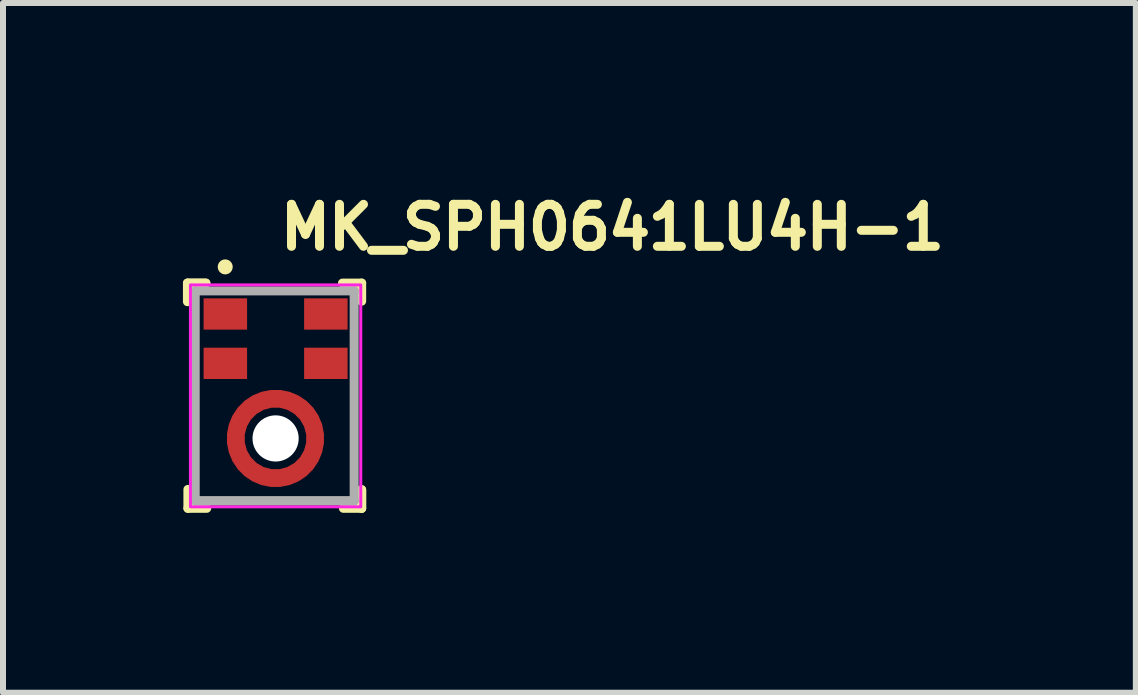
<source format=kicad_pcb>
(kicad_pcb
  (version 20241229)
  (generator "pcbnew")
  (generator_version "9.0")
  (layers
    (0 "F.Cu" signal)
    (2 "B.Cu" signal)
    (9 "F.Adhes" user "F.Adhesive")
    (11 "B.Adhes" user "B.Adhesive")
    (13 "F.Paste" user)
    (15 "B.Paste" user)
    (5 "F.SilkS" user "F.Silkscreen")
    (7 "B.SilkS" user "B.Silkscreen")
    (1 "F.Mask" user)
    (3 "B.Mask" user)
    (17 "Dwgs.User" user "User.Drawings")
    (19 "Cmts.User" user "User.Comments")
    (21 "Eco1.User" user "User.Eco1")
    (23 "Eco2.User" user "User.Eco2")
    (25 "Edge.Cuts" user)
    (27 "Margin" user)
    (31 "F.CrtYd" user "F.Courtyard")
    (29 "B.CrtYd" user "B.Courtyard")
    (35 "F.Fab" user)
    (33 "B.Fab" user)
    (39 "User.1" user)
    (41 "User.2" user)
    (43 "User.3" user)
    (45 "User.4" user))
  (footprint "MK_SPH0641LU4H-1"
    (layer "F.Cu")
    (at 1.545 3.55)
    (property "Reference" "MK_SPH0641LU4H-1" (at 0 -2.4 0) (layer "F.SilkS") (effects (font (size 0.7 0.7) (thickness 0.15)) (justify left bottom)))
    (attr smd)
    (fp_circle (center 0 0.71) (end 0.663 0.71) (stroke (width 0.3) (type default)) (fill no) (layer "F.Mask"))
    (fp_line (start -1.47 -1.57) (end -1.47 -1.88) (stroke (width 0.15) (type solid)) (layer "F.SilkS"))
    (fp_line (start -1.467 -1.88) (end -1.162 -1.88) (stroke (width 0.15) (type solid)) (layer "F.SilkS"))
    (fp_line (start -1.467 -1.88) (end -1.162 -1.88) (stroke (width 0.15) (type solid)) (layer "F.SilkS"))
    (fp_line (start -1.462 1.875) (end -1.462 1.56) (stroke (width 0.15) (type solid)) (layer "F.SilkS"))
    (fp_line (start -1.148 1.875) (end -1.462 1.875) (stroke (width 0.15) (type solid)) (layer "F.SilkS"))
    (fp_line (start 1.115 -1.88) (end 1.435 -1.88) (stroke (width 0.15) (type solid)) (layer "F.SilkS"))
    (fp_line (start 1.435 -1.88) (end 1.435 -1.578) (stroke (width 0.15) (type solid)) (layer "F.SilkS"))
    (fp_line (start 1.435 1.565) (end 1.435 1.875) (stroke (width 0.15) (type solid)) (layer "F.SilkS"))
    (fp_line (start 1.435 1.565) (end 1.435 1.875) (stroke (width 0.15) (type solid)) (layer "F.SilkS"))
    (fp_line (start 1.435 1.875) (end 1.13 1.875) (stroke (width 0.15) (type solid)) (layer "F.SilkS"))
    (fp_circle (center -0.84 -2.15) (end -0.79 -2.15) (stroke (width 0.15) (type solid)) (fill yes) (layer "F.SilkS"))
    (fp_poly (pts (xy 0.38 1.24) (xy 0.28 1.135) (xy 0.23 1.17) (xy 0.12 1.21) (xy 0 1.224) (xy -0.12 1.21) (xy -0.225 1.172) (xy -0.288 1.136) (xy -0.385 1.235) (xy -0.5 1.35) (xy -0.405 1.415) (xy -0.31 1.46) (xy -0.22 1.49) (xy -0.14 1.51) (xy 0 1.52) (xy 0.16 1.506) (xy 0.31 1.46) (xy 0.425 1.4) (xy 0.495 1.355)) (stroke (width 0.001) (type solid)) (fill yes) (layer "F.Paste"))
    (fp_poly (pts (xy 0.38 1.24) (xy 0.28 1.135) (xy 0.23 1.17) (xy 0.12 1.21) (xy 0 1.224) (xy -0.12 1.21) (xy -0.225 1.172) (xy -0.288 1.136) (xy -0.385 1.235) (xy -0.5 1.35) (xy -0.405 1.415) (xy -0.31 1.46) (xy -0.22 1.49) (xy -0.14 1.51) (xy 0 1.52) (xy 0.16 1.506) (xy 0.31 1.46) (xy 0.425 1.4) (xy 0.495 1.355)) (stroke (width 0.001) (type solid)) (fill yes) (layer "F.Paste"))
    (fp_poly (pts (xy -0.375 0.18) (xy -0.28 0.275) (xy -0.23 0.25) (xy -0.175 0.225) (xy -0.12 0.21) (xy -0.06 0.2) (xy 0 0.196) (xy 0.12 0.21) (xy 0.225 0.248) (xy 0.283 0.284) (xy 0.385 0.185) (xy 0.5 0.07) (xy 0.41 0.01) (xy 0.31 -0.04) (xy 0.23 -0.07) (xy 0.14 -0.09) (xy 0 -0.1) (xy -0.16 -0.086) (xy -0.31 -0.04) (xy -0.415 0.01) (xy -0.49 0.065)) (stroke (width 0.001) (type solid)) (fill yes) (layer "F.Paste"))
    (fp_poly (pts (xy 0.53 0.325) (xy 0.425 0.43) (xy 0.46 0.48) (xy 0.5 0.59) (xy 0.514 0.71) (xy 0.5 0.83) (xy 0.462 0.935) (xy 0.421 0.993) (xy 0.52 1.09) (xy 0.64 1.21) (xy 0.705 1.115) (xy 0.75 1.02) (xy 0.78 0.94) (xy 0.8 0.85) (xy 0.81 0.77) (xy 0.81 0.645) (xy 0.796 0.55) (xy 0.78 0.475) (xy 0.75 0.4) (xy 0.705 0.305) (xy 0.64 0.21)) (stroke (width 0.001) (type solid)) (fill yes) (layer "F.Paste"))
    (fp_poly (pts (xy -0.53 1.095) (xy -0.43 0.995) (xy -0.465 0.94) (xy -0.505 0.83) (xy -0.51 0.83) (xy -0.505 0.82) (xy -0.52 0.715) (xy -0.524 0.705) (xy -0.52 0.705) (xy -0.505 0.585) (xy -0.462 0.485) (xy -0.426 0.417) (xy -0.525 0.32) (xy -0.635 0.205) (xy -0.7 0.3) (xy -0.75 0.4) (xy -0.78 0.49) (xy -0.8 0.57) (xy -0.81 0.71) (xy -0.796 0.87) (xy -0.75 1.02) (xy -0.705 1.11) (xy -0.64 1.21)) (stroke (width 0.001) (type solid)) (fill yes) (layer "F.Paste"))
    (fp_rect (start -1.42 -1.85) (end 1.42 1.85) (stroke (width 0.05) (type solid)) (fill no) (layer "F.CrtYd"))
    (fp_line (start -1.34 -1.75) (end 1.31 -1.75) (stroke (width 0.15) (type solid)) (layer "F.Fab"))
    (fp_line (start -1.34 1.75) (end -1.34 -1.75) (stroke (width 0.15) (type solid)) (layer "F.Fab"))
    (fp_line (start 1.31 -1.75) (end 1.31 1.75) (stroke (width 0.15) (type solid)) (layer "F.Fab"))
    (fp_line (start 1.31 1.75) (end -1.34 1.75) (stroke (width 0.15) (type solid)) (layer "F.Fab"))
    (fp_line (start 1.31 1.75) (end -1.34 1.75) (stroke (width 0.15) (type solid)) (layer "F.Fab"))
    (fp_rect (start -1.325 -1.75) (end 1.325 1.75) (stroke (width 0.1) (type solid)) (fill no) (layer "User.5"))
    (fp_line (start -1.325 -1.75) (end -1.325 1.75) (stroke (width 0.02) (type solid)) (layer "User.9"))
    (fp_line (start -1.325 1.75) (end 1.325 1.75) (stroke (width 0.02) (type solid)) (layer "User.9"))
    (fp_line (start -1.23 -1.375) (end -1.23 1.375) (stroke (width 0.02) (type solid)) (layer "User.9"))
    (fp_line (start -1.23 -1.375) (end -1.147 -1.375) (stroke (width 0.02) (type solid)) (layer "User.9"))
    (fp_line (start -1.23 1.375) (end -1.227 1.419) (stroke (width 0.02) (type solid)) (layer "User.9"))
    (fp_line (start -1.227 -1.419) (end -1.23 -1.375) (stroke (width 0.02) (type solid)) (layer "User.9"))
    (fp_line (start -1.227 1.419) (end -1.216 1.462) (stroke (width 0.02) (type solid)) (layer "User.9"))
    (fp_line (start -1.216 -1.462) (end -1.227 -1.419) (stroke (width 0.02) (type solid)) (layer "User.9"))
    (fp_line (start -1.216 -1.462) (end -1.227 -1.419) (stroke (width 0.02) (type solid)) (layer "User.9"))
    (fp_line (start -1.216 1.462) (end -1.199 1.502) (stroke (width 0.02) (type solid)) (layer "User.9"))
    (fp_line (start -1.199 -1.502) (end -1.216 -1.462) (stroke (width 0.02) (type solid)) (layer "User.9"))
    (fp_line (start -1.199 1.502) (end -1.177 1.54) (stroke (width 0.02) (type solid)) (layer "User.9"))
    (fp_line (start -1.177 -1.54) (end -1.199 -1.502) (stroke (width 0.02) (type solid)) (layer "User.9"))
    (fp_line (start -1.177 1.54) (end -1.148 1.573) (stroke (width 0.02) (type solid)) (layer "User.9"))
    (fp_line (start -1.15 -1.375) (end -1.15 1.375) (stroke (width 0.02) (type solid)) (layer "User.9"))
    (fp_line (start -1.15 1.375) (end -1.147 1.375) (stroke (width 0.02) (type solid)) (layer "User.9"))
    (fp_line (start -1.15 1.375) (end -1.146 1.414) (stroke (width 0.02) (type solid)) (layer "User.9"))
    (fp_line (start -1.15 1.375) (end -1.125 1.375) (stroke (width 0.02) (type solid)) (layer "User.9"))
    (fp_line (start -1.148 -1.573) (end -1.177 -1.54) (stroke (width 0.02) (type solid)) (layer "User.9"))
    (fp_line (start -1.148 1.573) (end -1.115 1.602) (stroke (width 0.02) (type solid)) (layer "User.9"))
    (fp_line (start -1.147 -1.375) (end -1.144 -1.375) (stroke (width 0.02) (type solid)) (layer "User.9"))
    (fp_line (start -1.147 1.375) (end -1.144 1.375) (stroke (width 0.02) (type solid)) (layer "User.9"))
    (fp_line (start -1.146 -1.414) (end -1.15 -1.375) (stroke (width 0.02) (type solid)) (layer "User.9"))
    (fp_line (start -1.146 1.414) (end -1.135 1.452) (stroke (width 0.02) (type solid)) (layer "User.9"))
    (fp_line (start -1.144 -1.375) (end -1.142 -1.375) (stroke (width 0.02) (type solid)) (layer "User.9"))
    (fp_line (start -1.144 1.375) (end -1.142 1.375) (stroke (width 0.02) (type solid)) (layer "User.9"))
    (fp_line (start -1.142 -1.375) (end -1.139 -1.375) (stroke (width 0.02) (type solid)) (layer "User.9"))
    (fp_line (start -1.142 1.375) (end -1.139 1.375) (stroke (width 0.02) (type solid)) (layer "User.9"))
    (fp_line (start -1.139 -1.375) (end -1.137 -1.375) (stroke (width 0.02) (type solid)) (layer "User.9"))
    (fp_line (start -1.139 1.375) (end -1.137 1.375) (stroke (width 0.02) (type solid)) (layer "User.9"))
    (fp_line (start -1.137 -1.375) (end -1.134 -1.375) (stroke (width 0.02) (type solid)) (layer "User.9"))
    (fp_line (start -1.137 1.375) (end -1.134 1.375) (stroke (width 0.02) (type solid)) (layer "User.9"))
    (fp_line (start -1.135 -1.452) (end -1.146 -1.414) (stroke (width 0.02) (type solid)) (layer "User.9"))
    (fp_line (start -1.135 1.452) (end -1.116 1.486) (stroke (width 0.02) (type solid)) (layer "User.9"))
    (fp_line (start -1.134 -1.375) (end -1.132 -1.375) (stroke (width 0.02) (type solid)) (layer "User.9"))
    (fp_line (start -1.134 1.375) (end -1.132 1.375) (stroke (width 0.02) (type solid)) (layer "User.9"))
    (fp_line (start -1.132 -1.375) (end -1.13 -1.375) (stroke (width 0.02) (type solid)) (layer "User.9"))
    (fp_line (start -1.132 1.375) (end -1.13 1.375) (stroke (width 0.02) (type solid)) (layer "User.9"))
    (fp_line (start -1.13 -1.375) (end -1.129 -1.375) (stroke (width 0.02) (type solid)) (layer "User.9"))
    (fp_line (start -1.13 1.375) (end -1.129 1.375) (stroke (width 0.02) (type solid)) (layer "User.9"))
    (fp_line (start -1.129 -1.375) (end -1.127 -1.375) (stroke (width 0.02) (type solid)) (layer "User.9"))
    (fp_line (start -1.129 1.375) (end -1.127 1.375) (stroke (width 0.02) (type solid)) (layer "User.9"))
    (fp_line (start -1.127 -1.375) (end -1.126 -1.375) (stroke (width 0.02) (type solid)) (layer "User.9"))
    (fp_line (start -1.127 1.375) (end -1.126 1.375) (stroke (width 0.02) (type solid)) (layer "User.9"))
    (fp_line (start -1.126 -1.375) (end -1.126 -1.375) (stroke (width 0.02) (type solid)) (layer "User.9"))
    (fp_line (start -1.126 -1.375) (end -1.125 -1.375) (stroke (width 0.02) (type solid)) (layer "User.9"))
    (fp_line (start -1.126 1.375) (end -1.126 1.375) (stroke (width 0.02) (type solid)) (layer "User.9"))
    (fp_line (start -1.126 1.375) (end -1.125 1.375) (stroke (width 0.02) (type solid)) (layer "User.9"))
    (fp_line (start -1.125 -1.375) (end -1.124 -1.375) (stroke (width 0.02) (type solid)) (layer "User.9"))
    (fp_line (start -1.125 -1.375) (end -1.122 -1.409) (stroke (width 0.02) (type solid)) (layer "User.9"))
    (fp_line (start -1.125 -1.375) (end -1.122 -1.409) (stroke (width 0.02) (type solid)) (layer "User.9"))
    (fp_line (start -1.125 -1.375) (end -0.95 -1.375) (stroke (width 0.02) (type solid)) (layer "User.9"))
    (fp_line (start -1.125 1.375) (end -1.125 -1.375) (stroke (width 0.02) (type solid)) (layer "User.9"))
    (fp_line (start -1.125 1.375) (end -1.125 1.375) (stroke (width 0.02) (type solid)) (layer "User.9"))
    (fp_line (start -1.125 1.375) (end -1.124 1.375) (stroke (width 0.02) (type solid)) (layer "User.9"))
    (fp_line (start -1.125 1.375) (end -1.124 1.375) (stroke (width 0.02) (type solid)) (layer "User.9"))
    (fp_line (start -1.124 -1.375) (end -1.121 -1.375) (stroke (width 0.02) (type solid)) (layer "User.9"))
    (fp_line (start -1.124 -1.375) (end -1.121 -1.375) (stroke (width 0.02) (type solid)) (layer "User.9"))
    (fp_line (start -1.124 1.375) (end -1.121 1.375) (stroke (width 0.02) (type solid)) (layer "User.9"))
    (fp_line (start -1.122 -1.409) (end -1.112 -1.442) (stroke (width 0.02) (type solid)) (layer "User.9"))
    (fp_line (start -1.122 -1.409) (end -1.112 -1.442) (stroke (width 0.02) (type solid)) (layer "User.9"))
    (fp_line (start -1.122 -1.409) (end -1.112 -1.442) (stroke (width 0.02) (type solid)) (layer "User.9"))
    (fp_line (start -1.122 1.409) (end -1.125 1.375) (stroke (width 0.02) (type solid)) (layer "User.9"))
    (fp_line (start -1.122 1.409) (end -1.125 1.375) (stroke (width 0.02) (type solid)) (layer "User.9"))
    (fp_line (start -1.122 1.409) (end -1.125 1.375) (stroke (width 0.02) (type solid)) (layer "User.9"))
    (fp_line (start -1.121 -1.375) (end -1.117 -1.375) (stroke (width 0.02) (type solid)) (layer "User.9"))
    (fp_line (start -1.121 1.375) (end -1.117 1.375) (stroke (width 0.02) (type solid)) (layer "User.9"))
    (fp_line (start -1.117 -1.375) (end -0.975 -1.375) (stroke (width 0.02) (type solid)) (layer "User.9"))
    (fp_line (start -1.117 1.375) (end -1.11 1.375) (stroke (width 0.02) (type solid)) (layer "User.9"))
    (fp_line (start -1.116 -1.486) (end -1.135 -1.452) (stroke (width 0.02) (type solid)) (layer "User.9"))
    (fp_line (start -1.116 1.486) (end -1.091 1.516) (stroke (width 0.02) (type solid)) (layer "User.9"))
    (fp_line (start -1.115 -1.602) (end -1.148 -1.573) (stroke (width 0.02) (type solid)) (layer "User.9"))
    (fp_line (start -1.115 1.602) (end -1.077 1.624) (stroke (width 0.02) (type solid)) (layer "User.9"))
    (fp_line (start -1.112 -1.442) (end -1.096 -1.472) (stroke (width 0.02) (type solid)) (layer "User.9"))
    (fp_line (start -1.112 -1.442) (end -1.096 -1.472) (stroke (width 0.02) (type solid)) (layer "User.9"))
    (fp_line (start -1.112 1.442) (end -1.122 1.409) (stroke (width 0.02) (type solid)) (layer "User.9"))
    (fp_line (start -1.112 1.442) (end -1.122 1.409) (stroke (width 0.02) (type solid)) (layer "User.9"))
    (fp_line (start -1.11 -1.375) (end -1.117 -1.375) (stroke (width 0.02) (type solid)) (layer "User.9"))
    (fp_line (start -1.11 -1.375) (end -1.102 -1.375) (stroke (width 0.02) (type solid)) (layer "User.9"))
    (fp_line (start -1.11 1.375) (end -1.102 1.375) (stroke (width 0.02) (type solid)) (layer "User.9"))
    (fp_line (start -1.102 -1.375) (end -1.092 -1.375) (stroke (width 0.02) (type solid)) (layer "User.9"))
    (fp_line (start -1.102 1.375) (end -1.092 1.375) (stroke (width 0.02) (type solid)) (layer "User.9"))
    (fp_line (start -1.096 -1.472) (end -1.074 -1.499) (stroke (width 0.02) (type solid)) (layer "User.9"))
    (fp_line (start -1.096 -1.472) (end -1.074 -1.499) (stroke (width 0.02) (type solid)) (layer "User.9"))
    (fp_line (start -1.096 1.472) (end -1.112 1.442) (stroke (width 0.02) (type solid)) (layer "User.9"))
    (fp_line (start -1.096 1.472) (end -1.112 1.442) (stroke (width 0.02) (type solid)) (layer "User.9"))
    (fp_line (start -1.092 -1.375) (end -1.081 -1.375) (stroke (width 0.02) (type solid)) (layer "User.9"))
    (fp_line (start -1.092 -1.375) (end -1.081 -1.375) (stroke (width 0.02) (type solid)) (layer "User.9"))
    (fp_line (start -1.092 1.375) (end -1.081 1.375) (stroke (width 0.02) (type solid)) (layer "User.9"))
    (fp_line (start -1.091 -1.516) (end -1.116 -1.486) (stroke (width 0.02) (type solid)) (layer "User.9"))
    (fp_line (start -1.091 1.516) (end -1.061 1.541) (stroke (width 0.02) (type solid)) (layer "User.9"))
    (fp_line (start -1.081 -1.375) (end -1.069 -1.375) (stroke (width 0.02) (type solid)) (layer "User.9"))
    (fp_line (start -1.081 1.375) (end -1.069 1.375) (stroke (width 0.02) (type solid)) (layer "User.9"))
    (fp_line (start -1.077 -1.624) (end -1.115 -1.602) (stroke (width 0.02) (type solid)) (layer "User.9"))
    (fp_line (start -1.077 1.624) (end -1.037 1.641) (stroke (width 0.02) (type solid)) (layer "User.9"))
    (fp_line (start -1.077 1.624) (end -1.037 1.641) (stroke (width 0.02) (type solid)) (layer "User.9"))
    (fp_line (start -1.074 -1.499) (end -1.047 -1.521) (stroke (width 0.02) (type solid)) (layer "User.9"))
    (fp_line (start -1.074 -1.499) (end -1.047 -1.521) (stroke (width 0.02) (type solid)) (layer "User.9"))
    (fp_line (start -1.074 1.499) (end -1.096 1.472) (stroke (width 0.02) (type solid)) (layer "User.9"))
    (fp_line (start -1.074 1.499) (end -1.096 1.472) (stroke (width 0.02) (type solid)) (layer "User.9"))
    (fp_line (start -1.069 -1.375) (end -1.055 -1.375) (stroke (width 0.02) (type solid)) (layer "User.9"))
    (fp_line (start -1.069 -1.375) (end -1.055 -1.375) (stroke (width 0.02) (type solid)) (layer "User.9"))
    (fp_line (start -1.069 1.375) (end -1.055 1.375) (stroke (width 0.02) (type solid)) (layer "User.9"))
    (fp_line (start -1.061 -1.541) (end -1.091 -1.516) (stroke (width 0.02) (type solid)) (layer "User.9"))
    (fp_line (start -1.061 1.541) (end -1.027 1.56) (stroke (width 0.02) (type solid)) (layer "User.9"))
    (fp_line (start -1.055 -1.375) (end -1.04 -1.375) (stroke (width 0.02) (type solid)) (layer "User.9"))
    (fp_line (start -1.055 1.375) (end -1.04 1.375) (stroke (width 0.02) (type solid)) (layer "User.9"))
    (fp_line (start -1.047 -1.521) (end -1.017 -1.537) (stroke (width 0.02) (type solid)) (layer "User.9"))
    (fp_line (start -1.047 -1.521) (end -1.017 -1.537) (stroke (width 0.02) (type solid)) (layer "User.9"))
    (fp_line (start -1.047 1.521) (end -1.074 1.499) (stroke (width 0.02) (type solid)) (layer "User.9"))
    (fp_line (start -1.047 1.521) (end -1.074 1.499) (stroke (width 0.02) (type solid)) (layer "User.9"))
    (fp_line (start -1.047 1.521) (end -1.074 1.499) (stroke (width 0.02) (type solid)) (layer "User.9"))
    (fp_line (start -1.04 -1.375) (end -1.025 -1.375) (stroke (width 0.02) (type solid)) (layer "User.9"))
    (fp_line (start -1.04 1.375) (end -1.025 1.375) (stroke (width 0.02) (type solid)) (layer "User.9"))
    (fp_line (start -1.037 -1.641) (end -1.077 -1.624) (stroke (width 0.02) (type solid)) (layer "User.9"))
    (fp_line (start -1.037 1.641) (end -0.994 1.652) (stroke (width 0.02) (type solid)) (layer "User.9"))
    (fp_line (start -1.037 1.641) (end -0.994 1.652) (stroke (width 0.02) (type solid)) (layer "User.9"))
    (fp_line (start -1.027 -1.56) (end -1.061 -1.541) (stroke (width 0.02) (type solid)) (layer "User.9"))
    (fp_line (start -1.027 -1.56) (end -1.061 -1.541) (stroke (width 0.02) (type solid)) (layer "User.9"))
    (fp_line (start -1.027 1.56) (end -0.989 1.571) (stroke (width 0.02) (type solid)) (layer "User.9"))
    (fp_line (start -1.025 -1.375) (end -1.008 -1.375) (stroke (width 0.02) (type solid)) (layer "User.9"))
    (fp_line (start -1.025 1.375) (end -1.008 1.375) (stroke (width 0.02) (type solid)) (layer "User.9"))
    (fp_line (start -1.017 -1.537) (end -0.984 -1.547) (stroke (width 0.02) (type solid)) (layer "User.9"))
    (fp_line (start -1.017 -1.537) (end -0.984 -1.547) (stroke (width 0.02) (type solid)) (layer "User.9"))
    (fp_line (start -1.017 1.537) (end -1.047 1.521) (stroke (width 0.02) (type solid)) (layer "User.9"))
    (fp_line (start -1.017 1.537) (end -1.047 1.521) (stroke (width 0.02) (type solid)) (layer "User.9"))
    (fp_line (start -1.017 1.537) (end -1.047 1.521) (stroke (width 0.02) (type solid)) (layer "User.9"))
    (fp_line (start -1.008 -1.375) (end -0.992 -1.375) (stroke (width 0.02) (type solid)) (layer "User.9"))
    (fp_line (start -1.008 1.375) (end -0.992 1.375) (stroke (width 0.02) (type solid)) (layer "User.9"))
    (fp_line (start -0.994 -1.652) (end -1.037 -1.641) (stroke (width 0.02) (type solid)) (layer "User.9"))
    (fp_line (start -0.994 1.652) (end -0.95 1.655) (stroke (width 0.02) (type solid)) (layer "User.9"))
    (fp_line (start -0.992 -1.375) (end -0.975 -1.375) (stroke (width 0.02) (type solid)) (layer "User.9"))
    (fp_line (start -0.992 -1.375) (end -0.975 -1.375) (stroke (width 0.02) (type solid)) (layer "User.9"))
    (fp_line (start -0.992 1.375) (end -0.95 1.375) (stroke (width 0.02) (type solid)) (layer "User.9"))
    (fp_line (start -0.989 -1.571) (end -1.027 -1.56) (stroke (width 0.02) (type solid)) (layer "User.9"))
    (fp_line (start -0.989 1.571) (end -0.95 1.575) (stroke (width 0.02) (type solid)) (layer "User.9"))
    (fp_line (start -0.989 1.571) (end -0.95 1.575) (stroke (width 0.02) (type solid)) (layer "User.9"))
    (fp_line (start -0.984 -1.547) (end -0.95 -1.55) (stroke (width 0.02) (type solid)) (layer "User.9"))
    (fp_line (start -0.984 -1.547) (end -0.95 -1.55) (stroke (width 0.02) (type solid)) (layer "User.9"))
    (fp_line (start -0.984 -1.547) (end -0.95 -1.55) (stroke (width 0.02) (type solid)) (layer "User.9"))
    (fp_line (start -0.984 1.547) (end -1.017 1.537) (stroke (width 0.02) (type solid)) (layer "User.9"))
    (fp_line (start -0.984 1.547) (end -1.017 1.537) (stroke (width 0.02) (type solid)) (layer "User.9"))
    (fp_line (start -0.975 -1.375) (end -0.975 1.375) (stroke (width 0.02) (type solid)) (layer "User.9"))
    (fp_line (start -0.975 1.375) (end -0.972 1.388) (stroke (width 0.02) (type solid)) (layer "User.9"))
    (fp_line (start -0.972 -1.388) (end -0.975 -1.375) (stroke (width 0.02) (type solid)) (layer "User.9"))
    (fp_line (start -0.972 1.388) (end -0.962 1.397) (stroke (width 0.02) (type solid)) (layer "User.9"))
    (fp_line (start -0.962 -1.397) (end -0.972 -1.388) (stroke (width 0.02) (type solid)) (layer "User.9"))
    (fp_line (start -0.962 1.397) (end -0.95 1.4) (stroke (width 0.02) (type solid)) (layer "User.9"))
    (fp_line (start -0.95 -1.655) (end -0.994 -1.652) (stroke (width 0.02) (type solid)) (layer "User.9"))
    (fp_line (start -0.95 -1.575) (end -0.989 -1.571) (stroke (width 0.02) (type solid)) (layer "User.9"))
    (fp_line (start -0.95 -1.575) (end -0.95 -1.572) (stroke (width 0.02) (type solid)) (layer "User.9"))
    (fp_line (start -0.95 -1.575) (end -0.95 -1.549) (stroke (width 0.02) (type solid)) (layer "User.9"))
    (fp_line (start -0.95 -1.572) (end -0.95 -1.569) (stroke (width 0.02) (type solid)) (layer "User.9"))
    (fp_line (start -0.95 -1.569) (end -0.95 -1.567) (stroke (width 0.02) (type solid)) (layer "User.9"))
    (fp_line (start -0.95 -1.567) (end -0.95 -1.564) (stroke (width 0.02) (type solid)) (layer "User.9"))
    (fp_line (start -0.95 -1.564) (end -0.95 -1.562) (stroke (width 0.02) (type solid)) (layer "User.9"))
    (fp_line (start -0.95 -1.562) (end -0.95 -1.559) (stroke (width 0.02) (type solid)) (layer "User.9"))
    (fp_line (start -0.95 -1.559) (end -0.95 -1.557) (stroke (width 0.02) (type solid)) (layer "User.9"))
    (fp_line (start -0.95 -1.557) (end -0.95 -1.555) (stroke (width 0.02) (type solid)) (layer "User.9"))
    (fp_line (start -0.95 -1.557) (end -0.95 -1.555) (stroke (width 0.02) (type solid)) (layer "User.9"))
    (fp_line (start -0.95 -1.555) (end -0.95 -1.554) (stroke (width 0.02) (type solid)) (layer "User.9"))
    (fp_line (start -0.95 -1.555) (end -0.95 -1.554) (stroke (width 0.02) (type solid)) (layer "User.9"))
    (fp_line (start -0.95 -1.554) (end -0.95 -1.552) (stroke (width 0.02) (type solid)) (layer "User.9"))
    (fp_line (start -0.95 -1.552) (end -0.95 -1.551) (stroke (width 0.02) (type solid)) (layer "User.9"))
    (fp_line (start -0.95 -1.551) (end -0.95 -1.551) (stroke (width 0.02) (type solid)) (layer "User.9"))
    (fp_line (start -0.95 -1.551) (end -0.95 -1.551) (stroke (width 0.02) (type solid)) (layer "User.9"))
    (fp_line (start -0.95 -1.551) (end -0.95 -1.55) (stroke (width 0.02) (type solid)) (layer "User.9"))
    (fp_line (start -0.95 -1.55) (end -0.95 -1.55) (stroke (width 0.02) (type solid)) (layer "User.9"))
    (fp_line (start -0.95 -1.55) (end 0.95 -1.55) (stroke (width 0.02) (type solid)) (layer "User.9"))
    (fp_line (start -0.95 -1.549) (end -0.95 -1.546) (stroke (width 0.02) (type solid)) (layer "User.9"))
    (fp_line (start -0.95 -1.546) (end -0.95 -1.542) (stroke (width 0.02) (type solid)) (layer "User.9"))
    (fp_line (start -0.95 -1.542) (end -0.95 -1.535) (stroke (width 0.02) (type solid)) (layer "User.9"))
    (fp_line (start -0.95 -1.535) (end -0.95 -1.527) (stroke (width 0.02) (type solid)) (layer "User.9"))
    (fp_line (start -0.95 -1.527) (end -0.95 -1.517) (stroke (width 0.02) (type solid)) (layer "User.9"))
    (fp_line (start -0.95 -1.517) (end -0.95 -1.506) (stroke (width 0.02) (type solid)) (layer "User.9"))
    (fp_line (start -0.95 -1.517) (end -0.95 -1.506) (stroke (width 0.02) (type solid)) (layer "User.9"))
    (fp_line (start -0.95 -1.506) (end -0.95 -1.494) (stroke (width 0.02) (type solid)) (layer "User.9"))
    (fp_line (start -0.95 -1.494) (end -0.95 -1.48) (stroke (width 0.02) (type solid)) (layer "User.9"))
    (fp_line (start -0.95 -1.48) (end -0.95 -1.465) (stroke (width 0.02) (type solid)) (layer "User.9"))
    (fp_line (start -0.95 -1.48) (end -0.95 -1.465) (stroke (width 0.02) (type solid)) (layer "User.9"))
    (fp_line (start -0.95 -1.465) (end -0.95 -1.45) (stroke (width 0.02) (type solid)) (layer "User.9"))
    (fp_line (start -0.95 -1.45) (end -0.95 -1.433) (stroke (width 0.02) (type solid)) (layer "User.9"))
    (fp_line (start -0.95 -1.433) (end -0.95 -1.417) (stroke (width 0.02) (type solid)) (layer "User.9"))
    (fp_line (start -0.95 -1.417) (end -0.95 -1.375) (stroke (width 0.02) (type solid)) (layer "User.9"))
    (fp_line (start -0.95 -1.4) (end -0.962 -1.397) (stroke (width 0.02) (type solid)) (layer "User.9"))
    (fp_line (start -0.95 1.375) (end -0.95 1.417) (stroke (width 0.02) (type solid)) (layer "User.9"))
    (fp_line (start -0.95 1.4) (end 0.95 1.4) (stroke (width 0.02) (type solid)) (layer "User.9"))
    (fp_line (start -0.95 1.417) (end -0.95 1.433) (stroke (width 0.02) (type solid)) (layer "User.9"))
    (fp_line (start -0.95 1.433) (end -0.95 1.45) (stroke (width 0.02) (type solid)) (layer "User.9"))
    (fp_line (start -0.95 1.45) (end -0.95 1.465) (stroke (width 0.02) (type solid)) (layer "User.9"))
    (fp_line (start -0.95 1.465) (end -0.95 1.48) (stroke (width 0.02) (type solid)) (layer "User.9"))
    (fp_line (start -0.95 1.48) (end -0.95 1.494) (stroke (width 0.02) (type solid)) (layer "User.9"))
    (fp_line (start -0.95 1.494) (end -0.95 1.506) (stroke (width 0.02) (type solid)) (layer "User.9"))
    (fp_line (start -0.95 1.506) (end -0.95 1.517) (stroke (width 0.02) (type solid)) (layer "User.9"))
    (fp_line (start -0.95 1.506) (end -0.95 1.517) (stroke (width 0.02) (type solid)) (layer "User.9"))
    (fp_line (start -0.95 1.517) (end -0.95 1.527) (stroke (width 0.02) (type solid)) (layer "User.9"))
    (fp_line (start -0.95 1.527) (end -0.95 1.535) (stroke (width 0.02) (type solid)) (layer "User.9"))
    (fp_line (start -0.95 1.535) (end -0.95 1.542) (stroke (width 0.02) (type solid)) (layer "User.9"))
    (fp_line (start -0.95 1.535) (end -0.95 1.542) (stroke (width 0.02) (type solid)) (layer "User.9"))
    (fp_line (start -0.95 1.542) (end -0.95 1.546) (stroke (width 0.02) (type solid)) (layer "User.9"))
    (fp_line (start -0.95 1.546) (end -0.95 1.549) (stroke (width 0.02) (type solid)) (layer "User.9"))
    (fp_line (start -0.95 1.549) (end -0.95 1.55) (stroke (width 0.02) (type solid)) (layer "User.9"))
    (fp_line (start -0.95 1.55) (end -0.984 1.547) (stroke (width 0.02) (type solid)) (layer "User.9"))
    (fp_line (start -0.95 1.55) (end -0.984 1.547) (stroke (width 0.02) (type solid)) (layer "User.9"))
    (fp_line (start -0.95 1.55) (end -0.95 1.55) (stroke (width 0.02) (type solid)) (layer "User.9"))
    (fp_line (start -0.95 1.55) (end -0.95 1.55) (stroke (width 0.02) (type solid)) (layer "User.9"))
    (fp_line (start -0.95 1.55) (end -0.95 1.551) (stroke (width 0.02) (type solid)) (layer "User.9"))
    (fp_line (start -0.95 1.551) (end -0.95 1.551) (stroke (width 0.02) (type solid)) (layer "User.9"))
    (fp_line (start -0.95 1.551) (end -0.95 1.552) (stroke (width 0.02) (type solid)) (layer "User.9"))
    (fp_line (start -0.95 1.552) (end -0.95 1.554) (stroke (width 0.02) (type solid)) (layer "User.9"))
    (fp_line (start -0.95 1.554) (end -0.95 1.555) (stroke (width 0.02) (type solid)) (layer "User.9"))
    (fp_line (start -0.95 1.555) (end -0.95 1.557) (stroke (width 0.02) (type solid)) (layer "User.9"))
    (fp_line (start -0.95 1.557) (end -0.95 1.559) (stroke (width 0.02) (type solid)) (layer "User.9"))
    (fp_line (start -0.95 1.559) (end -0.95 1.562) (stroke (width 0.02) (type solid)) (layer "User.9"))
    (fp_line (start -0.95 1.562) (end -0.95 1.564) (stroke (width 0.02) (type solid)) (layer "User.9"))
    (fp_line (start -0.95 1.564) (end -0.95 1.567) (stroke (width 0.02) (type solid)) (layer "User.9"))
    (fp_line (start -0.95 1.567) (end -0.95 1.569) (stroke (width 0.02) (type solid)) (layer "User.9"))
    (fp_line (start -0.95 1.569) (end -0.95 1.572) (stroke (width 0.02) (type solid)) (layer "User.9"))
    (fp_line (start -0.95 1.572) (end -0.95 1.575) (stroke (width 0.02) (type solid)) (layer "User.9"))
    (fp_line (start -0.95 1.575) (end 0.95 1.575) (stroke (width 0.02) (type solid)) (layer "User.9"))
    (fp_line (start -0.95 1.655) (end 0.95 1.655) (stroke (width 0.02) (type solid)) (layer "User.9"))
    (fp_line (start 0.95 -1.655) (end -0.95 -1.655) (stroke (width 0.02) (type solid)) (layer "User.9"))
    (fp_line (start 0.95 -1.575) (end -0.95 -1.575) (stroke (width 0.02) (type solid)) (layer "User.9"))
    (fp_line (start 0.95 -1.575) (end 0.95 -1.572) (stroke (width 0.02) (type solid)) (layer "User.9"))
    (fp_line (start 0.95 -1.572) (end 0.95 -1.569) (stroke (width 0.02) (type solid)) (layer "User.9"))
    (fp_line (start 0.95 -1.569) (end 0.95 -1.567) (stroke (width 0.02) (type solid)) (layer "User.9"))
    (fp_line (start 0.95 -1.567) (end 0.95 -1.564) (stroke (width 0.02) (type solid)) (layer "User.9"))
    (fp_line (start 0.95 -1.564) (end 0.95 -1.562) (stroke (width 0.02) (type solid)) (layer "User.9"))
    (fp_line (start 0.95 -1.562) (end 0.95 -1.559) (stroke (width 0.02) (type solid)) (layer "User.9"))
    (fp_line (start 0.95 -1.559) (end 0.95 -1.557) (stroke (width 0.02) (type solid)) (layer "User.9"))
    (fp_line (start 0.95 -1.557) (end 0.95 -1.555) (stroke (width 0.02) (type solid)) (layer "User.9"))
    (fp_line (start 0.95 -1.555) (end 0.95 -1.554) (stroke (width 0.02) (type solid)) (layer "User.9"))
    (fp_line (start 0.95 -1.554) (end 0.95 -1.552) (stroke (width 0.02) (type solid)) (layer "User.9"))
    (fp_line (start 0.95 -1.552) (end 0.95 -1.551) (stroke (width 0.02) (type solid)) (layer "User.9"))
    (fp_line (start 0.95 -1.551) (end 0.95 -1.551) (stroke (width 0.02) (type solid)) (layer "User.9"))
    (fp_line (start 0.95 -1.551) (end 0.95 -1.55) (stroke (width 0.02) (type solid)) (layer "User.9"))
    (fp_line (start 0.95 -1.55) (end 0.95 -1.55) (stroke (width 0.02) (type solid)) (layer "User.9"))
    (fp_line (start 0.95 -1.55) (end 0.95 -1.549) (stroke (width 0.02) (type solid)) (layer "User.9"))
    (fp_line (start 0.95 -1.55) (end 0.984 -1.547) (stroke (width 0.02) (type solid)) (layer "User.9"))
    (fp_line (start 0.95 -1.55) (end 0.984 -1.547) (stroke (width 0.02) (type solid)) (layer "User.9"))
    (fp_line (start 0.95 -1.55) (end 0.984 -1.547) (stroke (width 0.02) (type solid)) (layer "User.9"))
    (fp_line (start 0.95 -1.549) (end 0.95 -1.546) (stroke (width 0.02) (type solid)) (layer "User.9"))
    (fp_line (start 0.95 -1.546) (end 0.95 -1.542) (stroke (width 0.02) (type solid)) (layer "User.9"))
    (fp_line (start 0.95 -1.542) (end 0.95 -1.535) (stroke (width 0.02) (type solid)) (layer "User.9"))
    (fp_line (start 0.95 -1.535) (end 0.95 -1.527) (stroke (width 0.02) (type solid)) (layer "User.9"))
    (fp_line (start 0.95 -1.527) (end 0.95 -1.517) (stroke (width 0.02) (type solid)) (layer "User.9"))
    (fp_line (start 0.95 -1.517) (end 0.95 -1.506) (stroke (width 0.02) (type solid)) (layer "User.9"))
    (fp_line (start 0.95 -1.506) (end 0.95 -1.494) (stroke (width 0.02) (type solid)) (layer "User.9"))
    (fp_line (start 0.95 -1.494) (end 0.95 -1.48) (stroke (width 0.02) (type solid)) (layer "User.9"))
    (fp_line (start 0.95 -1.48) (end 0.95 -1.465) (stroke (width 0.02) (type solid)) (layer "User.9"))
    (fp_line (start 0.95 -1.48) (end 0.95 -1.465) (stroke (width 0.02) (type solid)) (layer "User.9"))
    (fp_line (start 0.95 -1.465) (end 0.95 -1.45) (stroke (width 0.02) (type solid)) (layer "User.9"))
    (fp_line (start 0.95 -1.465) (end 0.95 -1.45) (stroke (width 0.02) (type solid)) (layer "User.9"))
    (fp_line (start 0.95 -1.45) (end 0.95 -1.433) (stroke (width 0.02) (type solid)) (layer "User.9"))
    (fp_line (start 0.95 -1.433) (end 0.95 -1.417) (stroke (width 0.02) (type solid)) (layer "User.9"))
    (fp_line (start 0.95 -1.417) (end 0.95 -1.375) (stroke (width 0.02) (type solid)) (layer "User.9"))
    (fp_line (start 0.95 -1.4) (end -0.95 -1.4) (stroke (width 0.02) (type solid)) (layer "User.9"))
    (fp_line (start 0.95 -1.375) (end 0.992 -1.375) (stroke (width 0.02) (type solid)) (layer "User.9"))
    (fp_line (start 0.95 1.375) (end 0.95 1.417) (stroke (width 0.02) (type solid)) (layer "User.9"))
    (fp_line (start 0.95 1.375) (end 0.992 1.375) (stroke (width 0.02) (type solid)) (layer "User.9"))
    (fp_line (start 0.95 1.4) (end 0.962 1.397) (stroke (width 0.02) (type solid)) (layer "User.9"))
    (fp_line (start 0.95 1.4) (end 0.962 1.397) (stroke (width 0.02) (type solid)) (layer "User.9"))
    (fp_line (start 0.95 1.417) (end 0.95 1.433) (stroke (width 0.02) (type solid)) (layer "User.9"))
    (fp_line (start 0.95 1.433) (end 0.95 1.45) (stroke (width 0.02) (type solid)) (layer "User.9"))
    (fp_line (start 0.95 1.45) (end 0.95 1.465) (stroke (width 0.02) (type solid)) (layer "User.9"))
    (fp_line (start 0.95 1.465) (end 0.95 1.48) (stroke (width 0.02) (type solid)) (layer "User.9"))
    (fp_line (start 0.95 1.48) (end 0.95 1.494) (stroke (width 0.02) (type solid)) (layer "User.9"))
    (fp_line (start 0.95 1.48) (end 0.95 1.494) (stroke (width 0.02) (type solid)) (layer "User.9"))
    (fp_line (start 0.95 1.494) (end 0.95 1.506) (stroke (width 0.02) (type solid)) (layer "User.9"))
    (fp_line (start 0.95 1.506) (end 0.95 1.517) (stroke (width 0.02) (type solid)) (layer "User.9"))
    (fp_line (start 0.95 1.517) (end 0.95 1.527) (stroke (width 0.02) (type solid)) (layer "User.9"))
    (fp_line (start 0.95 1.527) (end 0.95 1.535) (stroke (width 0.02) (type solid)) (layer "User.9"))
    (fp_line (start 0.95 1.527) (end 0.95 1.535) (stroke (width 0.02) (type solid)) (layer "User.9"))
    (fp_line (start 0.95 1.535) (end 0.95 1.542) (stroke (width 0.02) (type solid)) (layer "User.9"))
    (fp_line (start 0.95 1.542) (end 0.95 1.546) (stroke (width 0.02) (type solid)) (layer "User.9"))
    (fp_line (start 0.95 1.546) (end 0.95 1.549) (stroke (width 0.02) (type solid)) (layer "User.9"))
    (fp_line (start 0.95 1.549) (end 0.95 1.55) (stroke (width 0.02) (type solid)) (layer "User.9"))
    (fp_line (start 0.95 1.55) (end -0.95 1.55) (stroke (width 0.02) (type solid)) (layer "User.9"))
    (fp_line (start 0.95 1.55) (end 0.95 1.55) (stroke (width 0.02) (type solid)) (layer "User.9"))
    (fp_line (start 0.95 1.55) (end 0.95 1.551) (stroke (width 0.02) (type solid)) (layer "User.9"))
    (fp_line (start 0.95 1.551) (end 0.95 1.551) (stroke (width 0.02) (type solid)) (layer "User.9"))
    (fp_line (start 0.95 1.551) (end 0.95 1.552) (stroke (width 0.02) (type solid)) (layer "User.9"))
    (fp_line (start 0.95 1.551) (end 0.95 1.552) (stroke (width 0.02) (type solid)) (layer "User.9"))
    (fp_line (start 0.95 1.552) (end 0.95 1.554) (stroke (width 0.02) (type solid)) (layer "User.9"))
    (fp_line (start 0.95 1.554) (end 0.95 1.555) (stroke (width 0.02) (type solid)) (layer "User.9"))
    (fp_line (start 0.95 1.555) (end 0.95 1.557) (stroke (width 0.02) (type solid)) (layer "User.9"))
    (fp_line (start 0.95 1.557) (end 0.95 1.559) (stroke (width 0.02) (type solid)) (layer "User.9"))
    (fp_line (start 0.95 1.559) (end 0.95 1.562) (stroke (width 0.02) (type solid)) (layer "User.9"))
    (fp_line (start 0.95 1.562) (end 0.95 1.564) (stroke (width 0.02) (type solid)) (layer "User.9"))
    (fp_line (start 0.95 1.562) (end 0.95 1.564) (stroke (width 0.02) (type solid)) (layer "User.9"))
    (fp_line (start 0.95 1.564) (end 0.95 1.567) (stroke (width 0.02) (type solid)) (layer "User.9"))
    (fp_line (start 0.95 1.567) (end 0.95 1.569) (stroke (width 0.02) (type solid)) (layer "User.9"))
    (fp_line (start 0.95 1.569) (end 0.95 1.572) (stroke (width 0.02) (type solid)) (layer "User.9"))
    (fp_line (start 0.95 1.572) (end 0.95 1.575) (stroke (width 0.02) (type solid)) (layer "User.9"))
    (fp_line (start 0.95 1.575) (end 0.95 1.55) (stroke (width 0.02) (type solid)) (layer "User.9"))
    (fp_line (start 0.95 1.575) (end 0.989 1.571) (stroke (width 0.02) (type solid)) (layer "User.9"))
    (fp_line (start 0.95 1.575) (end 0.989 1.571) (stroke (width 0.02) (type solid)) (layer "User.9"))
    (fp_line (start 0.95 1.655) (end 0.994 1.652) (stroke (width 0.02) (type solid)) (layer "User.9"))
    (fp_line (start 0.962 -1.397) (end 0.95 -1.4) (stroke (width 0.02) (type solid)) (layer "User.9"))
    (fp_line (start 0.962 1.397) (end 0.972 1.388) (stroke (width 0.02) (type solid)) (layer "User.9"))
    (fp_line (start 0.972 -1.388) (end 0.962 -1.397) (stroke (width 0.02) (type solid)) (layer "User.9"))
    (fp_line (start 0.972 1.388) (end 0.975 1.375) (stroke (width 0.02) (type solid)) (layer "User.9"))
    (fp_line (start 0.975 -1.375) (end 0.972 -1.388) (stroke (width 0.02) (type solid)) (layer "User.9"))
    (fp_line (start 0.975 1.375) (end 0.975 -1.375) (stroke (width 0.02) (type solid)) (layer "User.9"))
    (fp_line (start 0.984 -1.547) (end 1.017 -1.537) (stroke (width 0.02) (type solid)) (layer "User.9"))
    (fp_line (start 0.984 -1.547) (end 1.017 -1.537) (stroke (width 0.02) (type solid)) (layer "User.9"))
    (fp_line (start 0.984 1.547) (end 0.95 1.55) (stroke (width 0.02) (type solid)) (layer "User.9"))
    (fp_line (start 0.984 1.547) (end 0.95 1.55) (stroke (width 0.02) (type solid)) (layer "User.9"))
    (fp_line (start 0.984 1.547) (end 0.95 1.55) (stroke (width 0.02) (type solid)) (layer "User.9"))
    (fp_line (start 0.989 -1.571) (end 0.95 -1.575) (stroke (width 0.02) (type solid)) (layer "User.9"))
    (fp_line (start 0.989 -1.571) (end 0.95 -1.575) (stroke (width 0.02) (type solid)) (layer "User.9"))
    (fp_line (start 0.989 1.571) (end 1.027 1.56) (stroke (width 0.02) (type solid)) (layer "User.9"))
    (fp_line (start 0.992 -1.375) (end 1.008 -1.375) (stroke (width 0.02) (type solid)) (layer "User.9"))
    (fp_line (start 0.992 1.375) (end 1.008 1.375) (stroke (width 0.02) (type solid)) (layer "User.9"))
    (fp_line (start 0.994 -1.652) (end 0.95 -1.655) (stroke (width 0.02) (type solid)) (layer "User.9"))
    (fp_line (start 0.994 1.652) (end 1.037 1.641) (stroke (width 0.02) (type solid)) (layer "User.9"))
    (fp_line (start 1.008 -1.375) (end 1.025 -1.375) (stroke (width 0.02) (type solid)) (layer "User.9"))
    (fp_line (start 1.008 1.375) (end 1.025 1.375) (stroke (width 0.02) (type solid)) (layer "User.9"))
    (fp_line (start 1.008 1.375) (end 1.025 1.375) (stroke (width 0.02) (type solid)) (layer "User.9"))
    (fp_line (start 1.017 -1.537) (end 1.047 -1.521) (stroke (width 0.02) (type solid)) (layer "User.9"))
    (fp_line (start 1.017 -1.537) (end 1.047 -1.521) (stroke (width 0.02) (type solid)) (layer "User.9"))
    (fp_line (start 1.017 1.537) (end 0.984 1.547) (stroke (width 0.02) (type solid)) (layer "User.9"))
    (fp_line (start 1.017 1.537) (end 0.984 1.547) (stroke (width 0.02) (type solid)) (layer "User.9"))
    (fp_line (start 1.025 -1.375) (end 1.04 -1.375) (stroke (width 0.02) (type solid)) (layer "User.9"))
    (fp_line (start 1.025 1.375) (end 1.04 1.375) (stroke (width 0.02) (type solid)) (layer "User.9"))
    (fp_line (start 1.025 1.375) (end 1.04 1.375) (stroke (width 0.02) (type solid)) (layer "User.9"))
    (fp_line (start 1.027 -1.56) (end 0.989 -1.571) (stroke (width 0.02) (type solid)) (layer "User.9"))
    (fp_line (start 1.027 1.56) (end 1.061 1.541) (stroke (width 0.02) (type solid)) (layer "User.9"))
    (fp_line (start 1.037 -1.641) (end 0.994 -1.652) (stroke (width 0.02) (type solid)) (layer "User.9"))
    (fp_line (start 1.037 1.641) (end 1.077 1.624) (stroke (width 0.02) (type solid)) (layer "User.9"))
    (fp_line (start 1.04 -1.375) (end 1.055 -1.375) (stroke (width 0.02) (type solid)) (layer "User.9"))
    (fp_line (start 1.04 1.375) (end 1.055 1.375) (stroke (width 0.02) (type solid)) (layer "User.9"))
    (fp_line (start 1.047 -1.521) (end 1.074 -1.499) (stroke (width 0.02) (type solid)) (layer "User.9"))
    (fp_line (start 1.047 -1.521) (end 1.074 -1.499) (stroke (width 0.02) (type solid)) (layer "User.9"))
    (fp_line (start 1.047 -1.521) (end 1.074 -1.499) (stroke (width 0.02) (type solid)) (layer "User.9"))
    (fp_line (start 1.047 1.521) (end 1.017 1.537) (stroke (width 0.02) (type solid)) (layer "User.9"))
    (fp_line (start 1.047 1.521) (end 1.017 1.537) (stroke (width 0.02) (type solid)) (layer "User.9"))
    (fp_line (start 1.055 -1.375) (end 1.069 -1.375) (stroke (width 0.02) (type solid)) (layer "User.9"))
    (fp_line (start 1.055 1.375) (end 1.069 1.375) (stroke (width 0.02) (type solid)) (layer "User.9"))
    (fp_line (start 1.061 -1.541) (end 1.027 -1.56) (stroke (width 0.02) (type solid)) (layer "User.9"))
    (fp_line (start 1.061 -1.541) (end 1.027 -1.56) (stroke (width 0.02) (type solid)) (layer "User.9"))
    (fp_line (start 1.061 1.541) (end 1.091 1.516) (stroke (width 0.02) (type solid)) (layer "User.9"))
    (fp_line (start 1.069 -1.375) (end 1.081 -1.375) (stroke (width 0.02) (type solid)) (layer "User.9"))
    (fp_line (start 1.069 1.375) (end 1.081 1.375) (stroke (width 0.02) (type solid)) (layer "User.9"))
    (fp_line (start 1.074 -1.499) (end 1.096 -1.472) (stroke (width 0.02) (type solid)) (layer "User.9"))
    (fp_line (start 1.074 -1.499) (end 1.096 -1.472) (stroke (width 0.02) (type solid)) (layer "User.9"))
    (fp_line (start 1.074 1.499) (end 1.047 1.521) (stroke (width 0.02) (type solid)) (layer "User.9"))
    (fp_line (start 1.074 1.499) (end 1.047 1.521) (stroke (width 0.02) (type solid)) (layer "User.9"))
    (fp_line (start 1.077 -1.624) (end 1.037 -1.641) (stroke (width 0.02) (type solid)) (layer "User.9"))
    (fp_line (start 1.077 1.624) (end 1.115 1.602) (stroke (width 0.02) (type solid)) (layer "User.9"))
    (fp_line (start 1.081 -1.375) (end 1.092 -1.375) (stroke (width 0.02) (type solid)) (layer "User.9"))
    (fp_line (start 1.081 1.375) (end 1.092 1.375) (stroke (width 0.02) (type solid)) (layer "User.9"))
    (fp_line (start 1.091 -1.516) (end 1.061 -1.541) (stroke (width 0.02) (type solid)) (layer "User.9"))
    (fp_line (start 1.091 1.516) (end 1.116 1.486) (stroke (width 0.02) (type solid)) (layer "User.9"))
    (fp_line (start 1.092 -1.375) (end 1.102 -1.375) (stroke (width 0.02) (type solid)) (layer "User.9"))
    (fp_line (start 1.092 1.375) (end 1.102 1.375) (stroke (width 0.02) (type solid)) (layer "User.9"))
    (fp_line (start 1.096 -1.472) (end 1.112 -1.442) (stroke (width 0.02) (type solid)) (layer "User.9"))
    (fp_line (start 1.096 -1.472) (end 1.112 -1.442) (stroke (width 0.02) (type solid)) (layer "User.9"))
    (fp_line (start 1.096 1.472) (end 1.074 1.499) (stroke (width 0.02) (type solid)) (layer "User.9"))
    (fp_line (start 1.096 1.472) (end 1.074 1.499) (stroke (width 0.02) (type solid)) (layer "User.9"))
    (fp_line (start 1.096 1.472) (end 1.074 1.499) (stroke (width 0.02) (type solid)) (layer "User.9"))
    (fp_line (start 1.102 -1.375) (end 1.11 -1.375) (stroke (width 0.02) (type solid)) (layer "User.9"))
    (fp_line (start 1.102 1.375) (end 1.11 1.375) (stroke (width 0.02) (type solid)) (layer "User.9"))
    (fp_line (start 1.11 -1.375) (end 1.117 -1.375) (stroke (width 0.02) (type solid)) (layer "User.9"))
    (fp_line (start 1.11 1.375) (end 1.117 1.375) (stroke (width 0.02) (type solid)) (layer "User.9"))
    (fp_line (start 1.112 -1.442) (end 1.122 -1.409) (stroke (width 0.02) (type solid)) (layer "User.9"))
    (fp_line (start 1.112 -1.442) (end 1.122 -1.409) (stroke (width 0.02) (type solid)) (layer "User.9"))
    (fp_line (start 1.112 1.442) (end 1.096 1.472) (stroke (width 0.02) (type solid)) (layer "User.9"))
    (fp_line (start 1.112 1.442) (end 1.096 1.472) (stroke (width 0.02) (type solid)) (layer "User.9"))
    (fp_line (start 1.115 -1.602) (end 1.077 -1.624) (stroke (width 0.02) (type solid)) (layer "User.9"))
    (fp_line (start 1.115 1.602) (end 1.148 1.573) (stroke (width 0.02) (type solid)) (layer "User.9"))
    (fp_line (start 1.116 -1.486) (end 1.091 -1.516) (stroke (width 0.02) (type solid)) (layer "User.9"))
    (fp_line (start 1.116 1.486) (end 1.135 1.452) (stroke (width 0.02) (type solid)) (layer "User.9"))
    (fp_line (start 1.117 -1.375) (end 1.121 -1.375) (stroke (width 0.02) (type solid)) (layer "User.9"))
    (fp_line (start 1.117 1.375) (end 1.121 1.375) (stroke (width 0.02) (type solid)) (layer "User.9"))
    (fp_line (start 1.121 -1.375) (end 1.124 -1.375) (stroke (width 0.02) (type solid)) (layer "User.9"))
    (fp_line (start 1.121 1.375) (end 1.124 1.375) (stroke (width 0.02) (type solid)) (layer "User.9"))
    (fp_line (start 1.122 -1.409) (end 1.125 -1.375) (stroke (width 0.02) (type solid)) (layer "User.9"))
    (fp_line (start 1.122 -1.409) (end 1.125 -1.375) (stroke (width 0.02) (type solid)) (layer "User.9"))
    (fp_line (start 1.122 1.409) (end 1.112 1.442) (stroke (width 0.02) (type solid)) (layer "User.9"))
    (fp_line (start 1.122 1.409) (end 1.112 1.442) (stroke (width 0.02) (type solid)) (layer "User.9"))
    (fp_line (start 1.122 1.409) (end 1.112 1.442) (stroke (width 0.02) (type solid)) (layer "User.9"))
    (fp_line (start 1.124 -1.375) (end 1.125 -1.375) (stroke (width 0.02) (type solid)) (layer "User.9"))
    (fp_line (start 1.124 1.375) (end 1.125 1.375) (stroke (width 0.02) (type solid)) (layer "User.9"))
    (fp_line (start 1.125 -1.375) (end 1.125 -1.375) (stroke (width 0.02) (type solid)) (layer "User.9"))
    (fp_line (start 1.125 -1.375) (end 1.125 1.375) (stroke (width 0.02) (type solid)) (layer "User.9"))
    (fp_line (start 1.125 -1.375) (end 1.126 -1.375) (stroke (width 0.02) (type solid)) (layer "User.9"))
    (fp_line (start 1.125 1.375) (end 1.122 1.409) (stroke (width 0.02) (type solid)) (layer "User.9"))
    (fp_line (start 1.125 1.375) (end 1.122 1.409) (stroke (width 0.02) (type solid)) (layer "User.9"))
    (fp_line (start 1.125 1.375) (end 1.125 1.375) (stroke (width 0.02) (type solid)) (layer "User.9"))
    (fp_line (start 1.125 1.375) (end 1.126 1.375) (stroke (width 0.02) (type solid)) (layer "User.9"))
    (fp_line (start 1.126 -1.375) (end 1.126 -1.375) (stroke (width 0.02) (type solid)) (layer "User.9"))
    (fp_line (start 1.126 -1.375) (end 1.127 -1.375) (stroke (width 0.02) (type solid)) (layer "User.9"))
    (fp_line (start 1.126 1.375) (end 1.126 1.375) (stroke (width 0.02) (type solid)) (layer "User.9"))
    (fp_line (start 1.126 1.375) (end 1.127 1.375) (stroke (width 0.02) (type solid)) (layer "User.9"))
    (fp_line (start 1.127 -1.375) (end 1.129 -1.375) (stroke (width 0.02) (type solid)) (layer "User.9"))
    (fp_line (start 1.127 1.375) (end 1.129 1.375) (stroke (width 0.02) (type solid)) (layer "User.9"))
    (fp_line (start 1.127 1.375) (end 1.129 1.375) (stroke (width 0.02) (type solid)) (layer "User.9"))
    (fp_line (start 1.129 -1.375) (end 1.13 -1.375) (stroke (width 0.02) (type solid)) (layer "User.9"))
    (fp_line (start 1.129 1.375) (end 1.13 1.375) (stroke (width 0.02) (type solid)) (layer "User.9"))
    (fp_line (start 1.129 1.375) (end 1.13 1.375) (stroke (width 0.02) (type solid)) (layer "User.9"))
    (fp_line (start 1.13 -1.375) (end 1.132 -1.375) (stroke (width 0.02) (type solid)) (layer "User.9"))
    (fp_line (start 1.13 1.375) (end 1.132 1.375) (stroke (width 0.02) (type solid)) (layer "User.9"))
    (fp_line (start 1.132 -1.375) (end 1.134 -1.375) (stroke (width 0.02) (type solid)) (layer "User.9"))
    (fp_line (start 1.132 1.375) (end 1.134 1.375) (stroke (width 0.02) (type solid)) (layer "User.9"))
    (fp_line (start 1.134 -1.375) (end 1.137 -1.375) (stroke (width 0.02) (type solid)) (layer "User.9"))
    (fp_line (start 1.134 1.375) (end 1.137 1.375) (stroke (width 0.02) (type solid)) (layer "User.9"))
    (fp_line (start 1.135 -1.452) (end 1.116 -1.486) (stroke (width 0.02) (type solid)) (layer "User.9"))
    (fp_line (start 1.135 1.452) (end 1.146 1.414) (stroke (width 0.02) (type solid)) (layer "User.9"))
    (fp_line (start 1.137 -1.375) (end 1.139 -1.375) (stroke (width 0.02) (type solid)) (layer "User.9"))
    (fp_line (start 1.137 -1.375) (end 1.139 -1.375) (stroke (width 0.02) (type solid)) (layer "User.9"))
    (fp_line (start 1.137 1.375) (end 1.139 1.375) (stroke (width 0.02) (type solid)) (layer "User.9"))
    (fp_line (start 1.137 1.375) (end 1.139 1.375) (stroke (width 0.02) (type solid)) (layer "User.9"))
    (fp_line (start 1.139 -1.375) (end 1.142 -1.375) (stroke (width 0.02) (type solid)) (layer "User.9"))
    (fp_line (start 1.139 1.375) (end 1.142 1.375) (stroke (width 0.02) (type solid)) (layer "User.9"))
    (fp_line (start 1.142 -1.375) (end 1.144 -1.375) (stroke (width 0.02) (type solid)) (layer "User.9"))
    (fp_line (start 1.142 1.375) (end 1.144 1.375) (stroke (width 0.02) (type solid)) (layer "User.9"))
    (fp_line (start 1.144 -1.375) (end 1.147 -1.375) (stroke (width 0.02) (type solid)) (layer "User.9"))
    (fp_line (start 1.144 1.375) (end 1.147 1.375) (stroke (width 0.02) (type solid)) (layer "User.9"))
    (fp_line (start 1.146 -1.414) (end 1.135 -1.452) (stroke (width 0.02) (type solid)) (layer "User.9"))
    (fp_line (start 1.146 1.414) (end 1.15 1.375) (stroke (width 0.02) (type solid)) (layer "User.9"))
    (fp_line (start 1.147 -1.375) (end 1.15 -1.375) (stroke (width 0.02) (type solid)) (layer "User.9"))
    (fp_line (start 1.147 1.375) (end 1.15 1.375) (stroke (width 0.02) (type solid)) (layer "User.9"))
    (fp_line (start 1.148 -1.573) (end 1.115 -1.602) (stroke (width 0.02) (type solid)) (layer "User.9"))
    (fp_line (start 1.148 1.573) (end 1.177 1.54) (stroke (width 0.02) (type solid)) (layer "User.9"))
    (fp_line (start 1.15 -1.375) (end 1.125 -1.375) (stroke (width 0.02) (type solid)) (layer "User.9"))
    (fp_line (start 1.15 -1.375) (end 1.146 -1.414) (stroke (width 0.02) (type solid)) (layer "User.9"))
    (fp_line (start 1.15 1.375) (end 1.15 -1.375) (stroke (width 0.02) (type solid)) (layer "User.9"))
    (fp_line (start 1.177 -1.54) (end 1.148 -1.573) (stroke (width 0.02) (type solid)) (layer "User.9"))
    (fp_line (start 1.177 1.54) (end 1.199 1.502) (stroke (width 0.02) (type solid)) (layer "User.9"))
    (fp_line (start 1.199 -1.502) (end 1.177 -1.54) (stroke (width 0.02) (type solid)) (layer "User.9"))
    (fp_line (start 1.199 1.502) (end 1.216 1.462) (stroke (width 0.02) (type solid)) (layer "User.9"))
    (fp_line (start 1.216 -1.462) (end 1.199 -1.502) (stroke (width 0.02) (type solid)) (layer "User.9"))
    (fp_line (start 1.216 1.462) (end 1.227 1.419) (stroke (width 0.02) (type solid)) (layer "User.9"))
    (fp_line (start 1.227 -1.419) (end 1.216 -1.462) (stroke (width 0.02) (type solid)) (layer "User.9"))
    (fp_line (start 1.227 1.419) (end 1.23 1.375) (stroke (width 0.02) (type solid)) (layer "User.9"))
    (fp_line (start 1.23 -1.375) (end 1.227 -1.419) (stroke (width 0.02) (type solid)) (layer "User.9"))
    (fp_line (start 1.23 1.375) (end 1.23 -1.375) (stroke (width 0.02) (type solid)) (layer "User.9"))
    (fp_line (start 1.325 -1.75) (end -1.325 -1.75) (stroke (width 0.02) (type solid)) (layer "User.9"))
    (fp_line (start 1.325 1.75) (end 1.325 -1.75) (stroke (width 0.02) (type solid)) (layer "User.9"))
    (fp_line (start 1.325 1.75) (end 1.325 -1.75) (stroke (width 0.02) (type solid)) (layer "User.9"))
    (fp_circle (center -0.709 -1.145) (end -0.592 -1.147) (stroke (width 0.02) (type solid)) (fill no) (layer "User.9"))
    (pad "" np_thru_hole circle (at 0 0.71) (size 0.77 0.77) (drill 0.77) (layers "*.Cu" "*.Mask"))
    (pad "1" smd rect (at -0.838 -1.365) (size 0.725 0.522) (layers "F.Cu" "F.Mask" "F.Paste"))
    (pad "2" smd rect (at -0.838 -0.542) (size 0.725 0.522) (layers "F.Cu" "F.Mask" "F.Paste"))
    (pad "3" smd custom (at 0.66 0.71) (size 0.1 0.1) (layers "F.Cu" "F.Mask") (options (anchor rect)) (primitives (gr_circle (center -0.662 0) (end 0 0) (width 0.3) (fill no))))
    (pad "4" smd rect (at 0.838 -0.542) (size 0.725 0.522) (layers "F.Cu" "F.Mask" "F.Paste"))
    (pad "5" smd rect (at 0.838 -1.365) (size 0.725 0.522) (layers "F.Cu" "F.Mask" "F.Paste")))
  (gr_rect
    (start -3 -3)
    (end 15.888 8.5)
    (stroke (width 0.1) (type default))
    (fill no)
    (layer "Edge.Cuts")))
</source>
